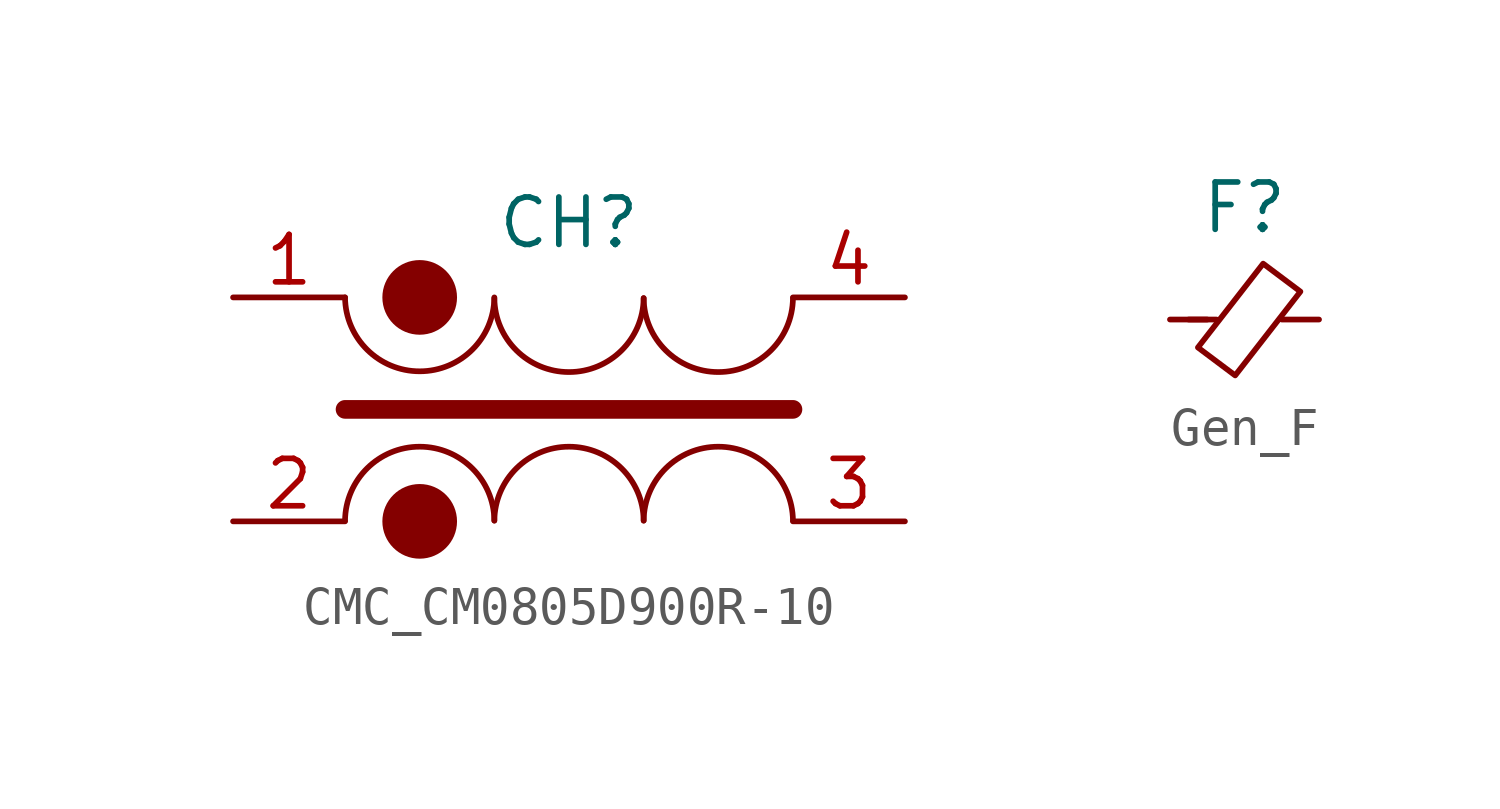
<source format=kicad_sym>
(kicad_symbol_lib
  (version 20220914)
  (generator kicad_symbol_editor)
  (symbol "CMC_CM0805D900R-10"
    (pin_names hide)
    (property "Reference" "CH"
      (at 0 0 0)
      (effects (font (size 1.27 1.27))))
    (property "Value" ""
      (at 0 0 0)
      (effects (font (size 1.27 1.27))))
    (symbol "CMC_CM0805D900R-10_0_1"
      (arc (start -6 -2) (mid -4 -3.9801) (end -2 -2) (stroke (width 0) (type default)) (fill (type none)))
      (circle (center -4 -8) (radius 0.0001) (stroke (width 1) (type default)) (fill (type none)))
      (circle (center -4 -2) (radius 0.0001) (stroke (width 1) (type default)) (fill (type none)))
      (arc (start -2 -7.98) (mid -4 -5.9999) (end -6 -7.98) (stroke (width 0) (type default)) (fill (type none)))
      (arc (start -2 -2.02) (mid 0 -4.0001) (end 2 -2.02) (stroke (width 0) (type default)) (fill (type none)))
      (polyline (pts (xy -6 -5) (xy 6 -5)) (stroke (width 0.5) (type default)) (fill (type none)))
      (arc (start 2 -7.98) (mid 0 -5.9999) (end -2 -7.98) (stroke (width 0) (type default)) (fill (type none)))
      (arc (start 2 -2.02) (mid 4 -4.0001) (end 6 -2.02) (stroke (width 0) (type default)) (fill (type none)))
      (arc (start 6 -7.98) (mid 4 -5.9999) (end 2 -7.98) (stroke (width 0) (type default)) (fill (type none))))
    (symbol "CMC_CM0805D900R-10_1_1"
      (pin input line (at -9 -2 0) (length 3) (name "1" (effects (font (size 1.27 1.27)))) (number "1" (effects (font (size 1.27 1.27)))))
      (pin input line (at -9 -8 0) (length 3) (name "2" (effects (font (size 1.27 1.27)))) (number "2" (effects (font (size 1.27 1.27)))))
      (pin input line (at 9 -8 180) (length 3) (name "3" (effects (font (size 1.27 1.27)))) (number "3" (effects (font (size 1.27 1.27)))))
      (pin input line (at 9 -2 180) (length 3) (name "4" (effects (font (size 1.27 1.27)))) (number "4" (effects (font (size 1.27 1.27)))))))
  (symbol "Gen_F"
    (pin_numbers hide)
    (pin_names
      (offset 0) hide)
    (property "Reference" "F"
      (at 0 3 0)
      (effects (font (size 1.27 1.27))))
    (property "Value" ""
      (at 0 0 0)
      (effects (font (size 1.27 1.27))))
    (symbol "Gen_F_0_1"
      (polyline (pts (xy -1.5 0) (xy -0.75 0)) (stroke (width 0) (type default)) (fill (type none)))
      (polyline (pts (xy 0.5 1.5) (xy 1.5 0.75) (xy -0.25 -1.5) (xy -1.25 -0.75) (xy 0.5 1.5)) (stroke (width 0) (type default)) (fill (type none))))
    (symbol "Gen_F_1_1"
      (pin passive line (at -2 0 0) (length 1) (name "1" (effects (font (size 1.27 1.27)))) (number "1" (effects (font (size 1.27 1.27)))))
      (pin passive line (at 2 0 180) (length 1) (name "2" (effects (font (size 1.27 1.27)))) (number "2" (effects (font (size 1.27 1.27))))))))
</source>
